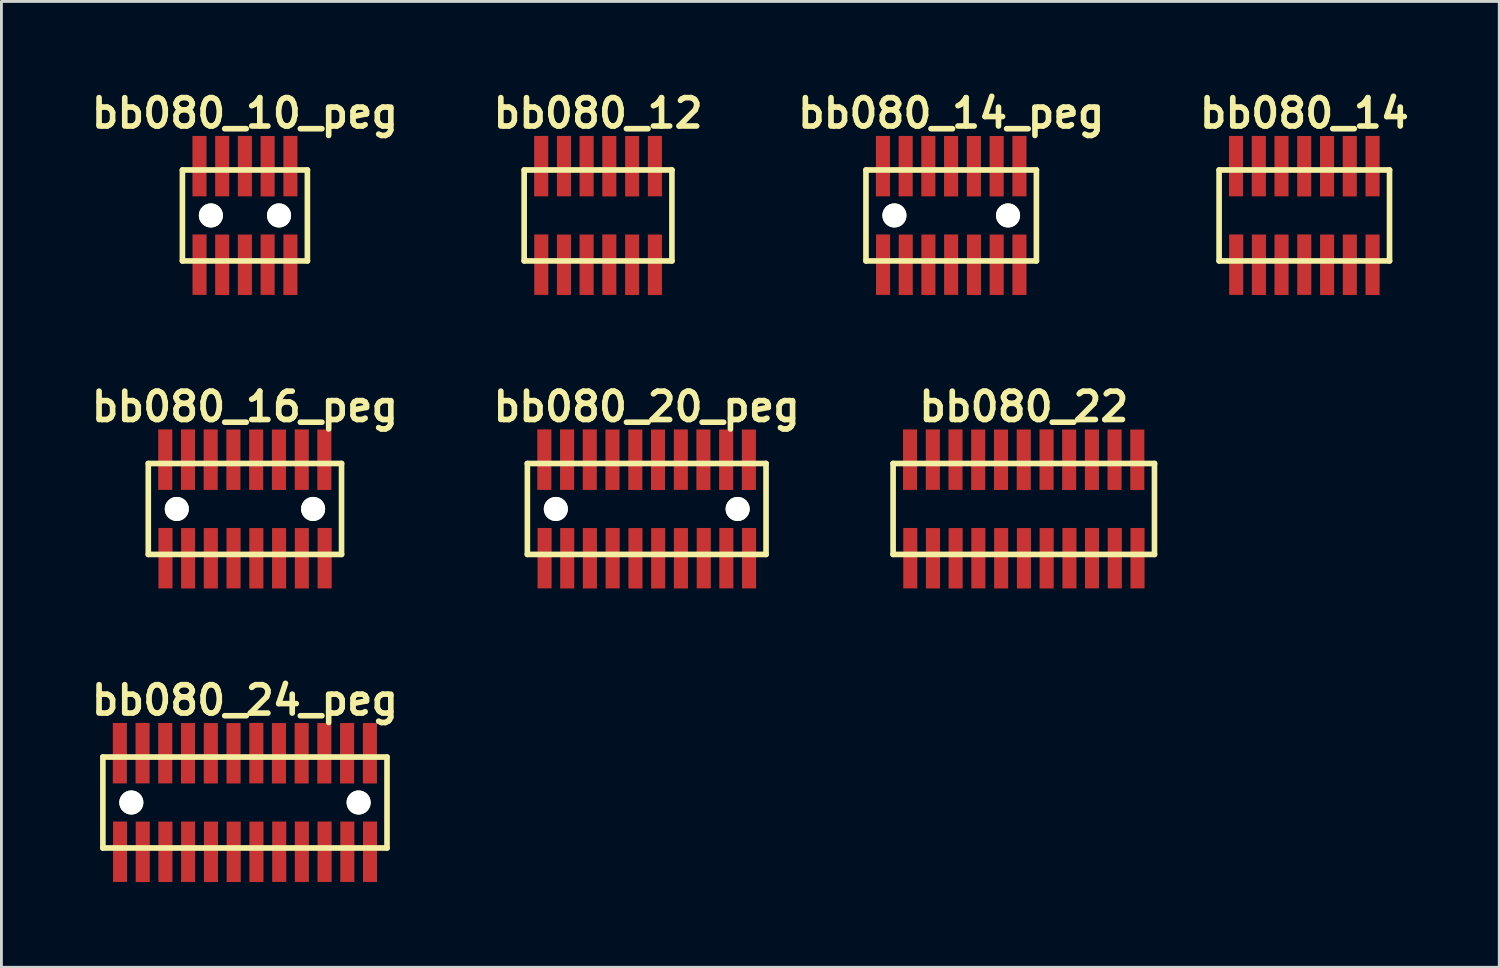
<source format=kicad_pcb>
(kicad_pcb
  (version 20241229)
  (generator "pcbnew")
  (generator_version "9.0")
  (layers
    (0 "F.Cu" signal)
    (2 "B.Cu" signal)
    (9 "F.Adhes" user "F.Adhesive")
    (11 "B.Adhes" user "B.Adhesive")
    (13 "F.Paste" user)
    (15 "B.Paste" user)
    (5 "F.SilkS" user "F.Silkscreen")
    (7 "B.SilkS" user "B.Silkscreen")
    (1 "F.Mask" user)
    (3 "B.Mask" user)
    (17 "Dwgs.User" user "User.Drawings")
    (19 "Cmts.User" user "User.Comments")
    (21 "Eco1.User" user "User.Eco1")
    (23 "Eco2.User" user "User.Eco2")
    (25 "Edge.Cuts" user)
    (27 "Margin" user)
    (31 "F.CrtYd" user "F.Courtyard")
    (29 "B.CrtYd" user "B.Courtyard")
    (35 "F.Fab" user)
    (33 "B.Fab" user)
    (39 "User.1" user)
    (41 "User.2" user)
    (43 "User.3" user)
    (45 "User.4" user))
  (footprint "bb080_12"
    (layer "F.Cu")
    (at 17.995 4.531)
    (property "Reference" "bb080_12" (at 0 -3.599 0) (layer "F.SilkS") (effects (font (size 0.998 0.998) (thickness 0.198))))
    (attr through_hole)
    (fp_line (start -2.601 -1.6) (end -2.601 1.6) (stroke (width 0.198) (type solid)) (layer "F.SilkS"))
    (fp_line (start -2.601 1.6) (end 2.601 1.6) (stroke (width 0.198) (type solid)) (layer "F.SilkS"))
    (fp_line (start 2.598 1.6) (end 2.598 -1.6) (stroke (width 0.198) (type solid)) (layer "F.SilkS"))
    (fp_line (start 2.601 -1.6) (end -2.601 -1.6) (stroke (width 0.198) (type solid)) (layer "F.SilkS"))
    (pad "1" smd rect (at -1.999 1.732) (size 0.495 2.126) (layers "F.Cu" "F.Mask" "F.Paste"))
    (pad "2" smd rect (at -2.002 -1.735) (size 0.495 2.126) (layers "F.Cu" "F.Mask" "F.Paste"))
    (pad "3" smd rect (at -1.201 1.735) (size 0.495 2.126) (layers "F.Cu" "F.Mask" "F.Paste"))
    (pad "4" smd rect (at -1.201 -1.735) (size 0.495 2.126) (layers "F.Cu" "F.Mask" "F.Paste"))
    (pad "5" smd rect (at -0.404 1.735) (size 0.495 2.126) (layers "F.Cu" "F.Mask" "F.Paste"))
    (pad "6" smd rect (at -0.404 -1.735) (size 0.495 2.126) (layers "F.Cu" "F.Mask" "F.Paste"))
    (pad "7" smd rect (at 0.396 1.732) (size 0.495 2.126) (layers "F.Cu" "F.Mask" "F.Paste"))
    (pad "8" smd rect (at 0.396 -1.732) (size 0.495 2.126) (layers "F.Cu" "F.Mask" "F.Paste"))
    (pad "9" smd rect (at 1.199 1.735) (size 0.495 2.126) (layers "F.Cu" "F.Mask" "F.Paste"))
    (pad "10" smd rect (at 1.199 -1.732) (size 0.495 2.126) (layers "F.Cu" "F.Mask" "F.Paste"))
    (pad "11" smd rect (at 1.999 1.735) (size 0.495 2.126) (layers "F.Cu" "F.Mask" "F.Paste"))
    (pad "12" smd rect (at 1.999 -1.735) (size 0.495 2.126) (layers "F.Cu" "F.Mask" "F.Paste")))
  (footprint "bb080_14_peg"
    (layer "F.Cu")
    (at 30.421 4.531)
    (property "Reference" "bb080_14_peg" (at 0 -3.599 0) (layer "F.SilkS") (effects (font (size 0.998 0.998) (thickness 0.198))))
    (attr through_hole)
    (fp_line (start -3 -1.6) (end -3 1.6) (stroke (width 0.198) (type solid)) (layer "F.SilkS"))
    (fp_line (start -3 1.6) (end 3 1.6) (stroke (width 0.198) (type solid)) (layer "F.SilkS"))
    (fp_line (start 2.997 1.6) (end 2.997 -1.6) (stroke (width 0.198) (type solid)) (layer "F.SilkS"))
    (fp_line (start 3 -1.6) (end -3 -1.6) (stroke (width 0.198) (type solid)) (layer "F.SilkS"))
    (pad "" np_thru_hole circle (at -1.999 0) (size 0.848 0.848) (drill 0.848) (layers "*.Cu" "*.Mask" "F.SilkS"))
    (pad "" np_thru_hole circle (at 1.999 0) (size 0.848 0.848) (drill 0.848) (layers "*.Cu" "*.Mask" "F.SilkS"))
    (pad "1" smd rect (at -2.398 1.732) (size 0.495 2.126) (layers "F.Cu" "F.Mask" "F.Paste"))
    (pad "2" smd rect (at -2.403 -1.735) (size 0.495 2.126) (layers "F.Cu" "F.Mask" "F.Paste"))
    (pad "3" smd rect (at -1.6 1.735) (size 0.495 2.126) (layers "F.Cu" "F.Mask" "F.Paste"))
    (pad "4" smd rect (at -1.603 -1.735) (size 0.495 2.126) (layers "F.Cu" "F.Mask" "F.Paste"))
    (pad "5" smd rect (at -0.803 1.735) (size 0.495 2.126) (layers "F.Cu" "F.Mask" "F.Paste"))
    (pad "6" smd rect (at -0.805 -1.735) (size 0.495 2.126) (layers "F.Cu" "F.Mask" "F.Paste"))
    (pad "7" smd rect (at -0.003 1.732) (size 0.495 2.126) (layers "F.Cu" "F.Mask" "F.Paste"))
    (pad "8" smd rect (at -0.005 -1.732) (size 0.495 2.126) (layers "F.Cu" "F.Mask" "F.Paste"))
    (pad "9" smd rect (at 0.8 1.735) (size 0.495 2.126) (layers "F.Cu" "F.Mask" "F.Paste"))
    (pad "10" smd rect (at 0.798 -1.732) (size 0.495 2.126) (layers "F.Cu" "F.Mask" "F.Paste"))
    (pad "11" smd rect (at 1.6 1.735) (size 0.495 2.126) (layers "F.Cu" "F.Mask" "F.Paste"))
    (pad "12" smd rect (at 1.598 -1.732) (size 0.495 2.126) (layers "F.Cu" "F.Mask" "F.Paste"))
    (pad "13" smd rect (at 2.4 1.735) (size 0.495 2.126) (layers "F.Cu" "F.Mask" "F.Paste"))
    (pad "14" smd rect (at 2.4 -1.735) (size 0.495 2.126) (layers "F.Cu" "F.Mask" "F.Paste")))
  (footprint "bb080_14"
    (layer "F.Cu")
    (at 42.847 4.531)
    (property "Reference" "bb080_14" (at 0 -3.599 0) (layer "F.SilkS") (effects (font (size 0.998 0.998) (thickness 0.198))))
    (attr through_hole)
    (fp_line (start -3 -1.6) (end -3 1.6) (stroke (width 0.198) (type solid)) (layer "F.SilkS"))
    (fp_line (start -3 1.6) (end 3 1.6) (stroke (width 0.198) (type solid)) (layer "F.SilkS"))
    (fp_line (start 2.997 1.6) (end 2.997 -1.6) (stroke (width 0.198) (type solid)) (layer "F.SilkS"))
    (fp_line (start 3 -1.6) (end -3 -1.6) (stroke (width 0.198) (type solid)) (layer "F.SilkS"))
    (pad "1" smd rect (at -2.398 1.732) (size 0.495 2.126) (layers "F.Cu" "F.Mask" "F.Paste"))
    (pad "2" smd rect (at -2.403 -1.735) (size 0.495 2.126) (layers "F.Cu" "F.Mask" "F.Paste"))
    (pad "3" smd rect (at -1.6 1.735) (size 0.495 2.126) (layers "F.Cu" "F.Mask" "F.Paste"))
    (pad "4" smd rect (at -1.603 -1.735) (size 0.495 2.126) (layers "F.Cu" "F.Mask" "F.Paste"))
    (pad "5" smd rect (at -0.803 1.735) (size 0.495 2.126) (layers "F.Cu" "F.Mask" "F.Paste"))
    (pad "6" smd rect (at -0.805 -1.735) (size 0.495 2.126) (layers "F.Cu" "F.Mask" "F.Paste"))
    (pad "7" smd rect (at -0.003 1.732) (size 0.495 2.126) (layers "F.Cu" "F.Mask" "F.Paste"))
    (pad "8" smd rect (at -0.005 -1.732) (size 0.495 2.126) (layers "F.Cu" "F.Mask" "F.Paste"))
    (pad "9" smd rect (at 0.8 1.735) (size 0.495 2.126) (layers "F.Cu" "F.Mask" "F.Paste"))
    (pad "10" smd rect (at 0.798 -1.732) (size 0.495 2.126) (layers "F.Cu" "F.Mask" "F.Paste"))
    (pad "11" smd rect (at 1.6 1.735) (size 0.495 2.126) (layers "F.Cu" "F.Mask" "F.Paste"))
    (pad "12" smd rect (at 1.598 -1.732) (size 0.495 2.126) (layers "F.Cu" "F.Mask" "F.Paste"))
    (pad "13" smd rect (at 2.4 1.735) (size 0.495 2.126) (layers "F.Cu" "F.Mask" "F.Paste"))
    (pad "14" smd rect (at 2.4 -1.735) (size 0.495 2.126) (layers "F.Cu" "F.Mask" "F.Paste")))
  (footprint "bb080_16_peg"
    (layer "F.Cu")
    (at 5.569 14.859)
    (property "Reference" "bb080_16_peg" (at 0 -3.599 0) (layer "F.SilkS") (effects (font (size 0.998 0.998) (thickness 0.198))))
    (attr through_hole)
    (fp_line (start -3.401 -1.6) (end -3.401 1.6) (stroke (width 0.198) (type solid)) (layer "F.SilkS"))
    (fp_line (start -3.401 1.6) (end 3.401 1.6) (stroke (width 0.198) (type solid)) (layer "F.SilkS"))
    (fp_line (start 3.399 1.6) (end 3.399 -1.6) (stroke (width 0.198) (type solid)) (layer "F.SilkS"))
    (fp_line (start 3.401 -1.6) (end -3.401 -1.6) (stroke (width 0.198) (type solid)) (layer "F.SilkS"))
    (pad "" np_thru_hole circle (at -2.398 0) (size 0.848 0.848) (drill 0.848) (layers "*.Cu" "*.Mask" "F.SilkS"))
    (pad "" np_thru_hole circle (at 2.398 0) (size 0.848 0.848) (drill 0.848) (layers "*.Cu" "*.Mask" "F.SilkS"))
    (pad "1" smd rect (at -2.797 1.732) (size 0.495 2.126) (layers "F.Cu" "F.Mask" "F.Paste"))
    (pad "2" smd rect (at -2.804 -1.735) (size 0.495 2.126) (layers "F.Cu" "F.Mask" "F.Paste"))
    (pad "3" smd rect (at -1.999 1.735) (size 0.495 2.126) (layers "F.Cu" "F.Mask" "F.Paste"))
    (pad "4" smd rect (at -2.004 -1.735) (size 0.495 2.126) (layers "F.Cu" "F.Mask" "F.Paste"))
    (pad "5" smd rect (at -1.201 1.735) (size 0.495 2.126) (layers "F.Cu" "F.Mask" "F.Paste"))
    (pad "6" smd rect (at -1.206 -1.735) (size 0.495 2.126) (layers "F.Cu" "F.Mask" "F.Paste"))
    (pad "7" smd rect (at -0.401 1.732) (size 0.495 2.126) (layers "F.Cu" "F.Mask" "F.Paste"))
    (pad "8" smd rect (at -0.406 -1.732) (size 0.495 2.126) (layers "F.Cu" "F.Mask" "F.Paste"))
    (pad "9" smd rect (at 0.401 1.735) (size 0.495 2.126) (layers "F.Cu" "F.Mask" "F.Paste"))
    (pad "10" smd rect (at 0.396 -1.732) (size 0.495 2.126) (layers "F.Cu" "F.Mask" "F.Paste"))
    (pad "11" smd rect (at 1.201 1.735) (size 0.495 2.126) (layers "F.Cu" "F.Mask" "F.Paste"))
    (pad "12" smd rect (at 1.196 -1.732) (size 0.495 2.126) (layers "F.Cu" "F.Mask" "F.Paste"))
    (pad "13" smd rect (at 2.002 1.735) (size 0.495 2.126) (layers "F.Cu" "F.Mask" "F.Paste"))
    (pad "14" smd rect (at 1.999 -1.735) (size 0.495 2.126) (layers "F.Cu" "F.Mask" "F.Paste"))
    (pad "15" smd rect (at 2.804 1.732) (size 0.495 2.126) (layers "F.Cu" "F.Mask" "F.Paste"))
    (pad "16" smd rect (at 2.794 -1.732) (size 0.495 2.126) (layers "F.Cu" "F.Mask" "F.Paste")))
  (footprint "bb080_20_peg"
    (layer "F.Cu")
    (at 19.706 14.859)
    (property "Reference" "bb080_20_peg" (at 0 -3.599 0) (layer "F.SilkS") (effects (font (size 0.998 0.998) (thickness 0.198))))
    (attr through_hole)
    (fp_line (start -4.201 -1.6) (end 4.201 -1.6) (stroke (width 0.198) (type solid)) (layer "F.SilkS"))
    (fp_line (start -4.199 -1.6) (end -4.199 1.6) (stroke (width 0.198) (type solid)) (layer "F.SilkS"))
    (fp_line (start 4.199 1.6) (end 4.199 -1.6) (stroke (width 0.198) (type solid)) (layer "F.SilkS"))
    (fp_line (start 4.201 1.6) (end -4.201 1.6) (stroke (width 0.198) (type solid)) (layer "F.SilkS"))
    (pad "" np_thru_hole circle (at -3.198 0) (size 0.848 0.848) (drill 0.848) (layers "*.Cu" "*.Mask" "F.SilkS"))
    (pad "" np_thru_hole circle (at 3.2 0) (size 0.848 0.848) (drill 0.848) (layers "*.Cu" "*.Mask" "F.SilkS"))
    (pad "1" smd rect (at -3.594 1.732) (size 0.495 2.126) (layers "F.Cu" "F.Mask" "F.Paste"))
    (pad "2" smd rect (at -3.602 -1.735) (size 0.495 2.126) (layers "F.Cu" "F.Mask" "F.Paste"))
    (pad "3" smd rect (at -2.797 1.735) (size 0.495 2.126) (layers "F.Cu" "F.Mask" "F.Paste"))
    (pad "4" smd rect (at -2.802 -1.735) (size 0.495 2.126) (layers "F.Cu" "F.Mask" "F.Paste"))
    (pad "5" smd rect (at -1.999 1.735) (size 0.495 2.126) (layers "F.Cu" "F.Mask" "F.Paste"))
    (pad "6" smd rect (at -2.004 -1.735) (size 0.495 2.126) (layers "F.Cu" "F.Mask" "F.Paste"))
    (pad "7" smd rect (at -1.199 1.732) (size 0.495 2.126) (layers "F.Cu" "F.Mask" "F.Paste"))
    (pad "8" smd rect (at -1.204 -1.732) (size 0.495 2.126) (layers "F.Cu" "F.Mask" "F.Paste"))
    (pad "9" smd rect (at -0.396 1.735) (size 0.495 2.126) (layers "F.Cu" "F.Mask" "F.Paste"))
    (pad "10" smd rect (at -0.401 -1.732) (size 0.495 2.126) (layers "F.Cu" "F.Mask" "F.Paste"))
    (pad "11" smd rect (at 0.404 1.735) (size 0.495 2.126) (layers "F.Cu" "F.Mask" "F.Paste"))
    (pad "12" smd rect (at 0.399 -1.732) (size 0.495 2.126) (layers "F.Cu" "F.Mask" "F.Paste"))
    (pad "13" smd rect (at 1.204 1.735) (size 0.495 2.126) (layers "F.Cu" "F.Mask" "F.Paste"))
    (pad "14" smd rect (at 1.201 -1.735) (size 0.495 2.126) (layers "F.Cu" "F.Mask" "F.Paste"))
    (pad "15" smd rect (at 2.007 1.732) (size 0.495 2.126) (layers "F.Cu" "F.Mask" "F.Paste"))
    (pad "16" smd rect (at 1.996 -1.732) (size 0.495 2.126) (layers "F.Cu" "F.Mask" "F.Paste"))
    (pad "17" smd rect (at 2.802 1.732) (size 0.495 2.126) (layers "F.Cu" "F.Mask" "F.Paste"))
    (pad "18" smd rect (at 2.797 -1.732) (size 0.495 2.126) (layers "F.Cu" "F.Mask" "F.Paste"))
    (pad "19" smd rect (at 3.602 1.732) (size 0.495 2.126) (layers "F.Cu" "F.Mask" "F.Paste"))
    (pad "20" smd rect (at 3.594 -1.732) (size 0.495 2.126) (layers "F.Cu" "F.Mask" "F.Paste")))
  (footprint "bb080_22"
    (layer "F.Cu")
    (at 32.976 14.859)
    (property "Reference" "bb080_22" (at 0 -3.599 0) (layer "F.SilkS") (effects (font (size 0.998 0.998) (thickness 0.198))))
    (attr through_hole)
    (fp_line (start -4.602 1.6) (end 4.6 1.6) (stroke (width 0.198) (type solid)) (layer "F.SilkS"))
    (fp_line (start -4.6 -1.6) (end -4.6 1.6) (stroke (width 0.198) (type solid)) (layer "F.SilkS"))
    (fp_line (start 4.597 1.6) (end 4.597 -1.6) (stroke (width 0.198) (type solid)) (layer "F.SilkS"))
    (fp_line (start 4.6 -1.6) (end -4.602 -1.6) (stroke (width 0.198) (type solid)) (layer "F.SilkS"))
    (pad "1" smd rect (at -3.995 1.732) (size 0.495 2.126) (layers "F.Cu" "F.Mask" "F.Paste"))
    (pad "2" smd rect (at -4.003 -1.735) (size 0.495 2.126) (layers "F.Cu" "F.Mask" "F.Paste"))
    (pad "3" smd rect (at -3.198 1.735) (size 0.495 2.126) (layers "F.Cu" "F.Mask" "F.Paste"))
    (pad "4" smd rect (at -3.203 -1.735) (size 0.495 2.126) (layers "F.Cu" "F.Mask" "F.Paste"))
    (pad "5" smd rect (at -2.4 1.735) (size 0.495 2.126) (layers "F.Cu" "F.Mask" "F.Paste"))
    (pad "6" smd rect (at -2.405 -1.735) (size 0.495 2.126) (layers "F.Cu" "F.Mask" "F.Paste"))
    (pad "7" smd rect (at -1.6 1.732) (size 0.495 2.126) (layers "F.Cu" "F.Mask" "F.Paste"))
    (pad "8" smd rect (at -1.605 -1.732) (size 0.495 2.126) (layers "F.Cu" "F.Mask" "F.Paste"))
    (pad "9" smd rect (at -0.798 1.735) (size 0.495 2.126) (layers "F.Cu" "F.Mask" "F.Paste"))
    (pad "10" smd rect (at -0.803 -1.732) (size 0.495 2.126) (layers "F.Cu" "F.Mask" "F.Paste"))
    (pad "11" smd rect (at 0.003 1.735) (size 0.495 2.126) (layers "F.Cu" "F.Mask" "F.Paste"))
    (pad "12" smd rect (at -0.003 -1.732) (size 0.495 2.126) (layers "F.Cu" "F.Mask" "F.Paste"))
    (pad "13" smd rect (at 0.803 1.735) (size 0.495 2.126) (layers "F.Cu" "F.Mask" "F.Paste"))
    (pad "14" smd rect (at 0.8 -1.735) (size 0.495 2.126) (layers "F.Cu" "F.Mask" "F.Paste"))
    (pad "15" smd rect (at 1.605 1.732) (size 0.495 2.126) (layers "F.Cu" "F.Mask" "F.Paste"))
    (pad "16" smd rect (at 1.595 -1.732) (size 0.495 2.126) (layers "F.Cu" "F.Mask" "F.Paste"))
    (pad "17" smd rect (at 2.4 1.732) (size 0.495 2.126) (layers "F.Cu" "F.Mask" "F.Paste"))
    (pad "18" smd rect (at 2.395 -1.732) (size 0.495 2.126) (layers "F.Cu" "F.Mask" "F.Paste"))
    (pad "19" smd rect (at 3.2 1.732) (size 0.495 2.126) (layers "F.Cu" "F.Mask" "F.Paste"))
    (pad "20" smd rect (at 3.193 -1.732) (size 0.495 2.126) (layers "F.Cu" "F.Mask" "F.Paste"))
    (pad "21" smd rect (at 4 1.732) (size 0.495 2.126) (layers "F.Cu" "F.Mask" "F.Paste"))
    (pad "22" smd rect (at 3.993 -1.732) (size 0.495 2.126) (layers "F.Cu" "F.Mask" "F.Paste")))
  (footprint "bb080_10_peg"
    (layer "F.Cu")
    (at 5.569 4.531)
    (property "Reference" "bb080_10_peg" (at 0 -3.599 0) (layer "F.SilkS") (effects (font (size 0.998 0.998) (thickness 0.198))))
    (attr through_hole)
    (fp_line (start -2.2 -1.6) (end -2.2 1.6) (stroke (width 0.198) (type solid)) (layer "F.SilkS"))
    (fp_line (start -2.2 -1.6) (end 2.2 -1.6) (stroke (width 0.198) (type solid)) (layer "F.SilkS"))
    (fp_line (start 2.197 1.6) (end 2.197 -1.6) (stroke (width 0.198) (type solid)) (layer "F.SilkS"))
    (fp_line (start 2.2 1.6) (end -2.2 1.6) (stroke (width 0.198) (type solid)) (layer "F.SilkS"))
    (pad "" np_thru_hole circle (at -1.199 0) (size 0.848 0.848) (drill 0.848) (layers "*.Cu" "*.Mask" "F.SilkS"))
    (pad "" np_thru_hole circle (at 1.199 0) (size 0.848 0.848) (drill 0.848) (layers "*.Cu" "*.Mask" "F.SilkS"))
    (pad "1" smd rect (at -1.598 1.732) (size 0.495 2.126) (layers "F.Cu" "F.Mask" "F.Paste"))
    (pad "2" smd rect (at -1.6 -1.735) (size 0.495 2.126) (layers "F.Cu" "F.Mask" "F.Paste"))
    (pad "3" smd rect (at -0.8 1.735) (size 0.495 2.126) (layers "F.Cu" "F.Mask" "F.Paste"))
    (pad "4" smd rect (at -0.8 -1.735) (size 0.495 2.126) (layers "F.Cu" "F.Mask" "F.Paste"))
    (pad "5" smd rect (at -0.003 1.735) (size 0.495 2.126) (layers "F.Cu" "F.Mask" "F.Paste"))
    (pad "6" smd rect (at -0.003 -1.735) (size 0.495 2.126) (layers "F.Cu" "F.Mask" "F.Paste"))
    (pad "7" smd rect (at 0.798 1.732) (size 0.495 2.126) (layers "F.Cu" "F.Mask" "F.Paste"))
    (pad "8" smd rect (at 0.798 -1.732) (size 0.495 2.126) (layers "F.Cu" "F.Mask" "F.Paste"))
    (pad "9" smd rect (at 1.6 1.735) (size 0.495 2.126) (layers "F.Cu" "F.Mask" "F.Paste"))
    (pad "10" smd rect (at 1.6 -1.735) (size 0.495 2.126) (layers "F.Cu" "F.Mask" "F.Paste")))
  (footprint "bb080_24_peg"
    (layer "F.Cu")
    (at 5.569 25.188)
    (property "Reference" "bb080_24_peg" (at 0 -3.599 0) (layer "F.SilkS") (effects (font (size 0.998 0.998) (thickness 0.198))))
    (attr through_hole)
    (fp_line (start -5.001 -1.6) (end 4.999 -1.6) (stroke (width 0.198) (type solid)) (layer "F.SilkS"))
    (fp_line (start -4.999 -1.6) (end -4.999 1.6) (stroke (width 0.198) (type solid)) (layer "F.SilkS"))
    (fp_line (start 4.999 1.6) (end -5.001 1.6) (stroke (width 0.198) (type solid)) (layer "F.SilkS"))
    (fp_line (start 4.999 1.6) (end 4.999 -1.6) (stroke (width 0.198) (type solid)) (layer "F.SilkS"))
    (pad "" np_thru_hole circle (at -3.998 0) (size 0.848 0.848) (drill 0.848) (layers "*.Cu" "*.Mask" "F.SilkS"))
    (pad "" np_thru_hole circle (at 4 0) (size 0.848 0.848) (drill 0.848) (layers "*.Cu" "*.Mask" "F.SilkS"))
    (pad "1" smd rect (at -4.394 1.732) (size 0.495 2.126) (layers "F.Cu" "F.Mask" "F.Paste"))
    (pad "2" smd rect (at -4.402 -1.735) (size 0.495 2.126) (layers "F.Cu" "F.Mask" "F.Paste"))
    (pad "3" smd rect (at -3.597 1.735) (size 0.495 2.126) (layers "F.Cu" "F.Mask" "F.Paste"))
    (pad "4" smd rect (at -3.602 -1.735) (size 0.495 2.126) (layers "F.Cu" "F.Mask" "F.Paste"))
    (pad "5" smd rect (at -2.799 1.735) (size 0.495 2.126) (layers "F.Cu" "F.Mask" "F.Paste"))
    (pad "6" smd rect (at -2.804 -1.735) (size 0.495 2.126) (layers "F.Cu" "F.Mask" "F.Paste"))
    (pad "7" smd rect (at -1.999 1.732) (size 0.495 2.126) (layers "F.Cu" "F.Mask" "F.Paste"))
    (pad "8" smd rect (at -2.004 -1.732) (size 0.495 2.126) (layers "F.Cu" "F.Mask" "F.Paste"))
    (pad "9" smd rect (at -1.196 1.735) (size 0.495 2.126) (layers "F.Cu" "F.Mask" "F.Paste"))
    (pad "10" smd rect (at -1.201 -1.732) (size 0.495 2.126) (layers "F.Cu" "F.Mask" "F.Paste"))
    (pad "11" smd rect (at -0.396 1.735) (size 0.495 2.126) (layers "F.Cu" "F.Mask" "F.Paste"))
    (pad "12" smd rect (at -0.401 -1.732) (size 0.495 2.126) (layers "F.Cu" "F.Mask" "F.Paste"))
    (pad "13" smd rect (at 0.404 1.735) (size 0.495 2.126) (layers "F.Cu" "F.Mask" "F.Paste"))
    (pad "14" smd rect (at 0.401 -1.735) (size 0.495 2.126) (layers "F.Cu" "F.Mask" "F.Paste"))
    (pad "15" smd rect (at 1.206 1.732) (size 0.495 2.126) (layers "F.Cu" "F.Mask" "F.Paste"))
    (pad "16" smd rect (at 1.196 -1.732) (size 0.495 2.126) (layers "F.Cu" "F.Mask" "F.Paste"))
    (pad "17" smd rect (at 2.002 1.732) (size 0.495 2.126) (layers "F.Cu" "F.Mask" "F.Paste"))
    (pad "18" smd rect (at 1.996 -1.732) (size 0.495 2.126) (layers "F.Cu" "F.Mask" "F.Paste"))
    (pad "19" smd rect (at 2.802 1.732) (size 0.495 2.126) (layers "F.Cu" "F.Mask" "F.Paste"))
    (pad "20" smd rect (at 2.794 -1.732) (size 0.495 2.126) (layers "F.Cu" "F.Mask" "F.Paste"))
    (pad "21" smd rect (at 3.602 1.732) (size 0.495 2.126) (layers "F.Cu" "F.Mask" "F.Paste"))
    (pad "22" smd rect (at 3.594 -1.732) (size 0.495 2.126) (layers "F.Cu" "F.Mask" "F.Paste"))
    (pad "23" smd rect (at 4.402 1.732) (size 0.495 2.126) (layers "F.Cu" "F.Mask" "F.Paste"))
    (pad "24" smd rect (at 4.397 -1.732) (size 0.495 2.126) (layers "F.Cu" "F.Mask" "F.Paste")))
  (gr_rect
    (start -3 -3)
    (end 49.705 30.986)
    (stroke (width 0.1) (type default))
    (fill no)
    (layer "Edge.Cuts")))
</source>
